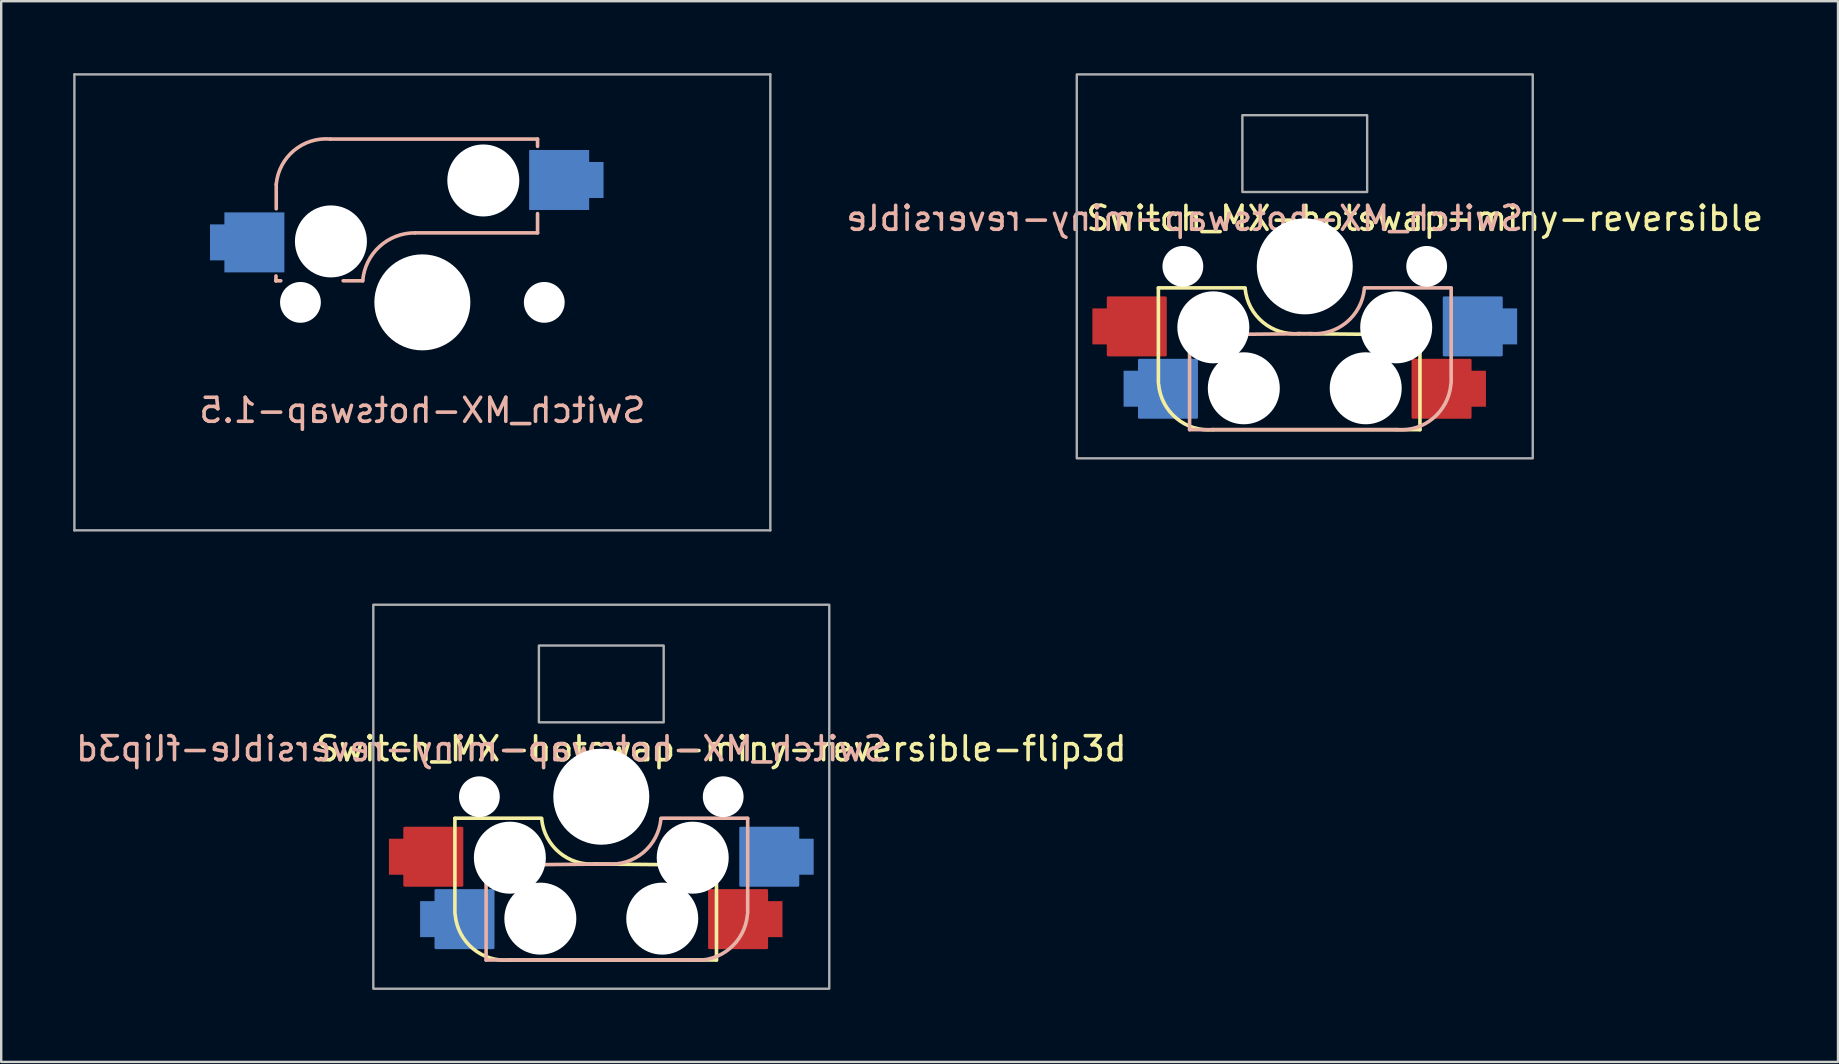
<source format=kicad_pcb>
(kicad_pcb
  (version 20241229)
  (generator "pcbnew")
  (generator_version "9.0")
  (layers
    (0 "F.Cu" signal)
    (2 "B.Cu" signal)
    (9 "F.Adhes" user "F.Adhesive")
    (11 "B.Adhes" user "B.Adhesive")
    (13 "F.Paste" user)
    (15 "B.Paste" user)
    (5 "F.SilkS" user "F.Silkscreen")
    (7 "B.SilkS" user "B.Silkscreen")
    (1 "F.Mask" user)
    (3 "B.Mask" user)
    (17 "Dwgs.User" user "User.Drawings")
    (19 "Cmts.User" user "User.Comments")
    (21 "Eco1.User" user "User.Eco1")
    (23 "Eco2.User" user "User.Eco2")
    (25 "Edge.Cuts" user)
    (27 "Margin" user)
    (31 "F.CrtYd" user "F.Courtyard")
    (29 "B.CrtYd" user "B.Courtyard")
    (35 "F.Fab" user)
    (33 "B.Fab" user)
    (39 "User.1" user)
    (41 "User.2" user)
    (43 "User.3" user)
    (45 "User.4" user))
  (footprint "Switch_MX-hotswap-miny-reversible"
    (layer "F.Cu")
    (at 51.32 8.05)
    (property "Reference" "Switch_MX-hotswap-miny-reversible" (at 5 -2 180) (layer "F.SilkS") (effects (font (size 1 1) (thickness 0.15))))
    (attr through_hole)
    (fp_line (start -6.1 0.896) (end -2.49 0.896) (stroke (width 0.15) (type solid)) (layer "F.SilkS"))
    (fp_line (start -6.1 4.85) (end -6.1 0.905) (stroke (width 0.15) (type solid)) (layer "F.SilkS"))
    (fp_line (start 4.8 2.85) (end -0.25 2.804) (stroke (width 0.15) (type solid)) (layer "F.SilkS"))
    (fp_line (start 4.8 2.896) (end 4.8 6.804) (stroke (width 0.15) (type solid)) (layer "F.SilkS"))
    (fp_line (start 4.8 6.804) (end -3.825 6.804) (stroke (width 0.15) (type solid)) (layer "F.SilkS"))
    (fp_arc (start -3.825 6.804) (mid -5.347189 6.33089) (end -6.089 4.92) (stroke (width 0.15) (type solid)) (layer "F.SilkS"))
    (fp_arc (start -0.225 2.8) (mid -1.74436 2.328062) (end -2.485001 0.920001) (stroke (width 0.15) (type solid)) (layer "F.SilkS"))
    (fp_line (start -4.8 2.85) (end 0.25 2.804) (stroke (width 0.15) (type solid)) (layer "B.SilkS"))
    (fp_line (start -4.8 2.896) (end -4.8 6.804) (stroke (width 0.15) (type solid)) (layer "B.SilkS"))
    (fp_line (start -4.8 6.804) (end 3.825 6.804) (stroke (width 0.15) (type solid)) (layer "B.SilkS"))
    (fp_line (start 6.1 4.85) (end 6.1 0.905) (stroke (width 0.15) (type solid)) (layer "B.SilkS"))
    (fp_line (start 6.1 0.896) (end 2.49 0.896) (stroke (width 0.15) (type solid)) (layer "B.SilkS"))
    (fp_arc (start 2.485 0.920001) (mid 1.744361 2.328062) (end 0.225 2.8) (stroke (width 0.15) (type solid)) (layer "B.SilkS"))
    (fp_arc (start 6.089 4.92) (mid 5.347189 6.33089) (end 3.825 6.804) (stroke (width 0.15) (type solid)) (layer "B.SilkS"))
    (fp_rect (start -7 -7) (end 7 7) (stroke (width 0.1) (type default)) (fill no) (layer "Eco2.User"))
    (fp_rect (start -9.5 -8) (end 9.5 8) (stroke (width 0.1) (type default)) (fill no) (layer "F.Fab"))
    (fp_rect (start -2.6 -6.3) (end 2.6 -3.1) (stroke (width 0.1) (type default)) (fill no) (layer "F.Fab"))
    (fp_text user "${REFERENCE}" (at -5 -2 0) (unlocked yes) (layer "B.SilkS") (effects (font (size 1 1) (thickness 0.15)) (justify mirror)))
    (pad "" np_thru_hole circle (at -5.08 0 180) (size 1.7 1.7) (drill 1.7) (layers "*.Cu" "*.Mask"))
    (pad "" np_thru_hole circle (at -3.81 2.54) (size 3 3) (drill 3) (layers "*.Cu" "*.Mask"))
    (pad "" np_thru_hole circle (at -2.54 5.08) (size 3 3) (drill 3) (layers "*.Cu" "*.Mask"))
    (pad "" np_thru_hole circle (at 0 0 270) (size 4 4) (drill 4) (layers "*.Cu" "*.Mask"))
    (pad "" np_thru_hole circle (at 2.54 5.08) (size 3 3) (drill 3) (layers "*.Cu" "*.Mask"))
    (pad "" np_thru_hole circle (at 3.81 2.54) (size 3 3) (drill 3) (layers "*.Cu" "*.Mask"))
    (pad "" np_thru_hole circle (at 5.08 0 180) (size 1.7 1.7) (drill 1.7) (layers "*.Cu" "*.Mask"))
    (pad "1" smd custom (at 7.2 5.1 180) (size 0.7 1.5) (layers "F.Cu" "F.Mask" "F.Paste") (options (anchor rect)) (primitives (gr_poly (pts (xy 0.3 -1.2) (xy 0.3 1.2) (xy 2.7 1.2) (xy 2.7 -1.2)) (width 0.1) (fill yes))))
    (pad "1" smd custom (at 8.5 2.5 180) (size 0.7 1.5) (layers "B.Cu" "B.Mask" "B.Paste") (options (anchor rect)) (primitives (gr_poly (pts (xy 0.3 -1.2) (xy 2.7 -1.2) (xy 2.7 1.2) (xy 0.3 1.2)) (width 0.1) (fill yes))))
    (pad "2" smd custom (at -8.5 2.5 180) (size 0.7 1.5) (layers "F.Cu" "F.Mask" "F.Paste") (options (anchor rect)) (primitives (gr_poly (pts (xy -2.7 -1.2) (xy -0.3 -1.2) (xy -0.3 1.2) (xy -2.7 1.2)) (width 0.1) (fill yes))))
    (pad "2" smd custom (at -7.2 5.1 180) (size 0.7 1.5) (layers "B.Cu" "B.Mask" "B.Paste") (options (anchor rect)) (primitives (gr_poly (pts (xy -0.3 -1.2) (xy -2.7 -1.2) (xy -2.7 1.2) (xy -0.3 1.2)) (width 0.1) (fill yes)))))
  (footprint "Switch_MX-hotswap-1.5"
    (layer "F.Cu")
    (at 14.55 9.55)
    (property "Reference" "Switch_MX-hotswap-1.5" (at 0 4.5 0) (layer "B.SilkS") (effects (font (size 1 1) (thickness 0.15)) (justify mirror)))
    (attr through_hole)
    (fp_line (start -6.1 -0.9) (end -6.1 -1.1) (stroke (width 0.15) (type solid)) (layer "B.SilkS"))
    (fp_line (start -6.1 -0.9) (end -6.1 -0.9) (stroke (width 0.15) (type solid)) (layer "B.SilkS"))
    (fp_line (start -6.1 -0.9) (end -5.9 -0.9) (stroke (width 0.15) (type solid)) (layer "B.SilkS"))
    (fp_line (start -6.089 -4.92) (end -6.089 -3.9) (stroke (width 0.15) (type solid)) (layer "B.SilkS"))
    (fp_line (start -2.485 -0.9) (end -3.3 -0.9) (stroke (width 0.15) (type solid)) (layer "B.SilkS"))
    (fp_line (start 4.8 -6.804) (end -3.825 -6.804) (stroke (width 0.15) (type solid)) (layer "B.SilkS"))
    (fp_line (start 4.8 -6.804) (end 4.8 -6.5) (stroke (width 0.15) (type solid)) (layer "B.SilkS"))
    (fp_line (start 4.8 -2.896) (end -0.3 -2.896) (stroke (width 0.15) (type solid)) (layer "B.SilkS"))
    (fp_line (start 4.8 -2.896) (end 4.8 -3.7) (stroke (width 0.15) (type solid)) (layer "B.SilkS"))
    (fp_arc (start -6.089 -4.92) (mid -5.347189 -6.33089) (end -3.825 -6.804) (stroke (width 0.15) (type solid)) (layer "B.SilkS"))
    (fp_arc (start -2.484999 -0.9) (mid -1.784798 -2.327445) (end -0.3 -2.896) (stroke (width 0.15) (type solid)) (layer "B.SilkS"))
    (fp_line (start -7 -7) (end 7 -7) (stroke (width 0.15) (type solid)) (layer "Eco2.User"))
    (fp_line (start -7 7) (end -7 -7) (stroke (width 0.15) (type solid)) (layer "Eco2.User"))
    (fp_line (start 7 -7) (end 7 7) (stroke (width 0.15) (type solid)) (layer "Eco2.User"))
    (fp_line (start 7 7) (end -7 7) (stroke (width 0.15) (type solid)) (layer "Eco2.User"))
    (fp_line (start -14.5 -9.5) (end 14.5 -9.5) (stroke (width 0.1) (type solid)) (layer "F.Fab"))
    (fp_line (start -14.5 9.5) (end -14.5 -9.5) (stroke (width 0.1) (type solid)) (layer "F.Fab"))
    (fp_line (start 14.5 -9.5) (end 14.5 9.5) (stroke (width 0.1) (type solid)) (layer "F.Fab"))
    (fp_line (start 14.5 9.5) (end -14.5 9.5) (stroke (width 0.1) (type solid)) (layer "F.Fab"))
    (pad "" np_thru_hole circle (at -5.08 0) (size 1.7 1.7) (drill 1.7) (layers "*.Cu" "*.Mask"))
    (pad "" np_thru_hole circle (at -3.81 -2.54 180) (size 3 3) (drill 3) (layers "*.Cu" "*.Mask"))
    (pad "" np_thru_hole circle (at 0 0 90) (size 4 4) (drill 4) (layers "*.Cu" "*.Mask"))
    (pad "" np_thru_hole circle (at 2.54 -5.08 180) (size 3 3) (drill 3) (layers "*.Cu" "*.Mask"))
    (pad "" np_thru_hole circle (at 5.08 0) (size 1.7 1.7) (drill 1.7) (layers "*.Cu" "*.Mask"))
    (pad "1" smd custom (at -7 -2.5) (size 2.5 2.5) (layers "B.Cu" "B.Mask" "B.Paste") (options (anchor rect)) (primitives (gr_poly (pts (xy -1.85 -0.75) (xy -1.25 -0.75) (xy -1.25 0.75) (xy -1.85 0.75)) (width 0) (fill yes))))
    (pad "2" smd custom (at 5.7 -5.1 180) (size 2.5 2.5) (layers "B.Cu" "B.Mask" "B.Paste") (options (anchor rect)) (primitives (gr_poly (pts (xy -1.85 -0.75) (xy -1.25 -0.75) (xy -1.25 0.75) (xy -1.85 0.75)) (width 0) (fill yes)))))
  (footprint "Switch_MX-hotswap-miny-reversible-flip3d"
    (layer "F.Cu")
    (at 22.006 30.15)
    (property "Reference" "Switch_MX-hotswap-miny-reversible-flip3d" (at 5 -2 180) (layer "F.SilkS") (effects (font (size 1 1) (thickness 0.15))))
    (attr through_hole)
    (fp_line (start -6.1 0.896) (end -2.49 0.896) (stroke (width 0.15) (type solid)) (layer "F.SilkS"))
    (fp_line (start -6.1 4.85) (end -6.1 0.905) (stroke (width 0.15) (type solid)) (layer "F.SilkS"))
    (fp_line (start 4.8 2.85) (end -0.25 2.804) (stroke (width 0.15) (type solid)) (layer "F.SilkS"))
    (fp_line (start 4.8 2.896) (end 4.8 6.804) (stroke (width 0.15) (type solid)) (layer "F.SilkS"))
    (fp_line (start 4.8 6.804) (end -3.825 6.804) (stroke (width 0.15) (type solid)) (layer "F.SilkS"))
    (fp_arc (start -3.825 6.804) (mid -5.347189 6.33089) (end -6.089 4.92) (stroke (width 0.15) (type solid)) (layer "F.SilkS"))
    (fp_arc (start -0.225 2.8) (mid -1.74436 2.328062) (end -2.485001 0.920001) (stroke (width 0.15) (type solid)) (layer "F.SilkS"))
    (fp_line (start -4.8 2.85) (end 0.25 2.804) (stroke (width 0.15) (type solid)) (layer "B.SilkS"))
    (fp_line (start -4.8 2.896) (end -4.8 6.804) (stroke (width 0.15) (type solid)) (layer "B.SilkS"))
    (fp_line (start -4.8 6.804) (end 3.825 6.804) (stroke (width 0.15) (type solid)) (layer "B.SilkS"))
    (fp_line (start 6.1 4.85) (end 6.1 0.905) (stroke (width 0.15) (type solid)) (layer "B.SilkS"))
    (fp_line (start 6.1 0.896) (end 2.49 0.896) (stroke (width 0.15) (type solid)) (layer "B.SilkS"))
    (fp_arc (start 2.485 0.920001) (mid 1.744361 2.328062) (end 0.225 2.8) (stroke (width 0.15) (type solid)) (layer "B.SilkS"))
    (fp_arc (start 6.089 4.92) (mid 5.347189 6.33089) (end 3.825 6.804) (stroke (width 0.15) (type solid)) (layer "B.SilkS"))
    (fp_rect (start -7 -7) (end 7 7) (stroke (width 0.1) (type default)) (fill no) (layer "Eco2.User"))
    (fp_rect (start -9.5 -8) (end 9.5 8) (stroke (width 0.1) (type default)) (fill no) (layer "F.Fab"))
    (fp_rect (start -2.6 -6.3) (end 2.6 -3.1) (stroke (width 0.1) (type default)) (fill no) (layer "F.Fab"))
    (fp_text user "${REFERENCE}" (at -5 -2 0) (unlocked yes) (layer "B.SilkS") (effects (font (size 1 1) (thickness 0.15)) (justify mirror)))
    (pad "" np_thru_hole circle (at -5.08 0 180) (size 1.7 1.7) (drill 1.7) (layers "*.Cu" "*.Mask"))
    (pad "" np_thru_hole circle (at -3.81 2.54) (size 3 3) (drill 3) (layers "*.Cu" "*.Mask"))
    (pad "" np_thru_hole circle (at -2.54 5.08) (size 3 3) (drill 3) (layers "*.Cu" "*.Mask"))
    (pad "" np_thru_hole circle (at 0 0 270) (size 4 4) (drill 4) (layers "*.Cu" "*.Mask"))
    (pad "" np_thru_hole circle (at 2.54 5.08) (size 3 3) (drill 3) (layers "*.Cu" "*.Mask"))
    (pad "" np_thru_hole circle (at 3.81 2.54) (size 3 3) (drill 3) (layers "*.Cu" "*.Mask"))
    (pad "" np_thru_hole circle (at 5.08 0 180) (size 1.7 1.7) (drill 1.7) (layers "*.Cu" "*.Mask"))
    (pad "1" smd custom (at 7.2 5.1 180) (size 0.7 1.5) (layers "F.Cu" "F.Mask" "F.Paste") (options (anchor rect)) (primitives (gr_poly (pts (xy 0.3 -1.2) (xy 0.3 1.2) (xy 2.7 1.2) (xy 2.7 -1.2)) (width 0.1) (fill yes))))
    (pad "1" smd custom (at 8.5 2.5 180) (size 0.7 1.5) (layers "B.Cu" "B.Mask" "B.Paste") (options (anchor rect)) (primitives (gr_poly (pts (xy 0.3 -1.2) (xy 2.7 -1.2) (xy 2.7 1.2) (xy 0.3 1.2)) (width 0.1) (fill yes))))
    (pad "2" smd custom (at -8.5 2.5 180) (size 0.7 1.5) (layers "F.Cu" "F.Mask" "F.Paste") (options (anchor rect)) (primitives (gr_poly (pts (xy -2.7 -1.2) (xy -0.3 -1.2) (xy -0.3 1.2) (xy -2.7 1.2)) (width 0.1) (fill yes))))
    (pad "2" smd custom (at -7.2 5.1 180) (size 0.7 1.5) (layers "B.Cu" "B.Mask" "B.Paste") (options (anchor rect)) (primitives (gr_poly (pts (xy -0.3 -1.2) (xy -2.7 -1.2) (xy -2.7 1.2) (xy -0.3 1.2)) (width 0.1) (fill yes)))))
  (gr_rect
    (start -3 -3)
    (end 73.54 41.2)
    (stroke (width 0.1) (type default))
    (fill no)
    (layer "Edge.Cuts")))
</source>
